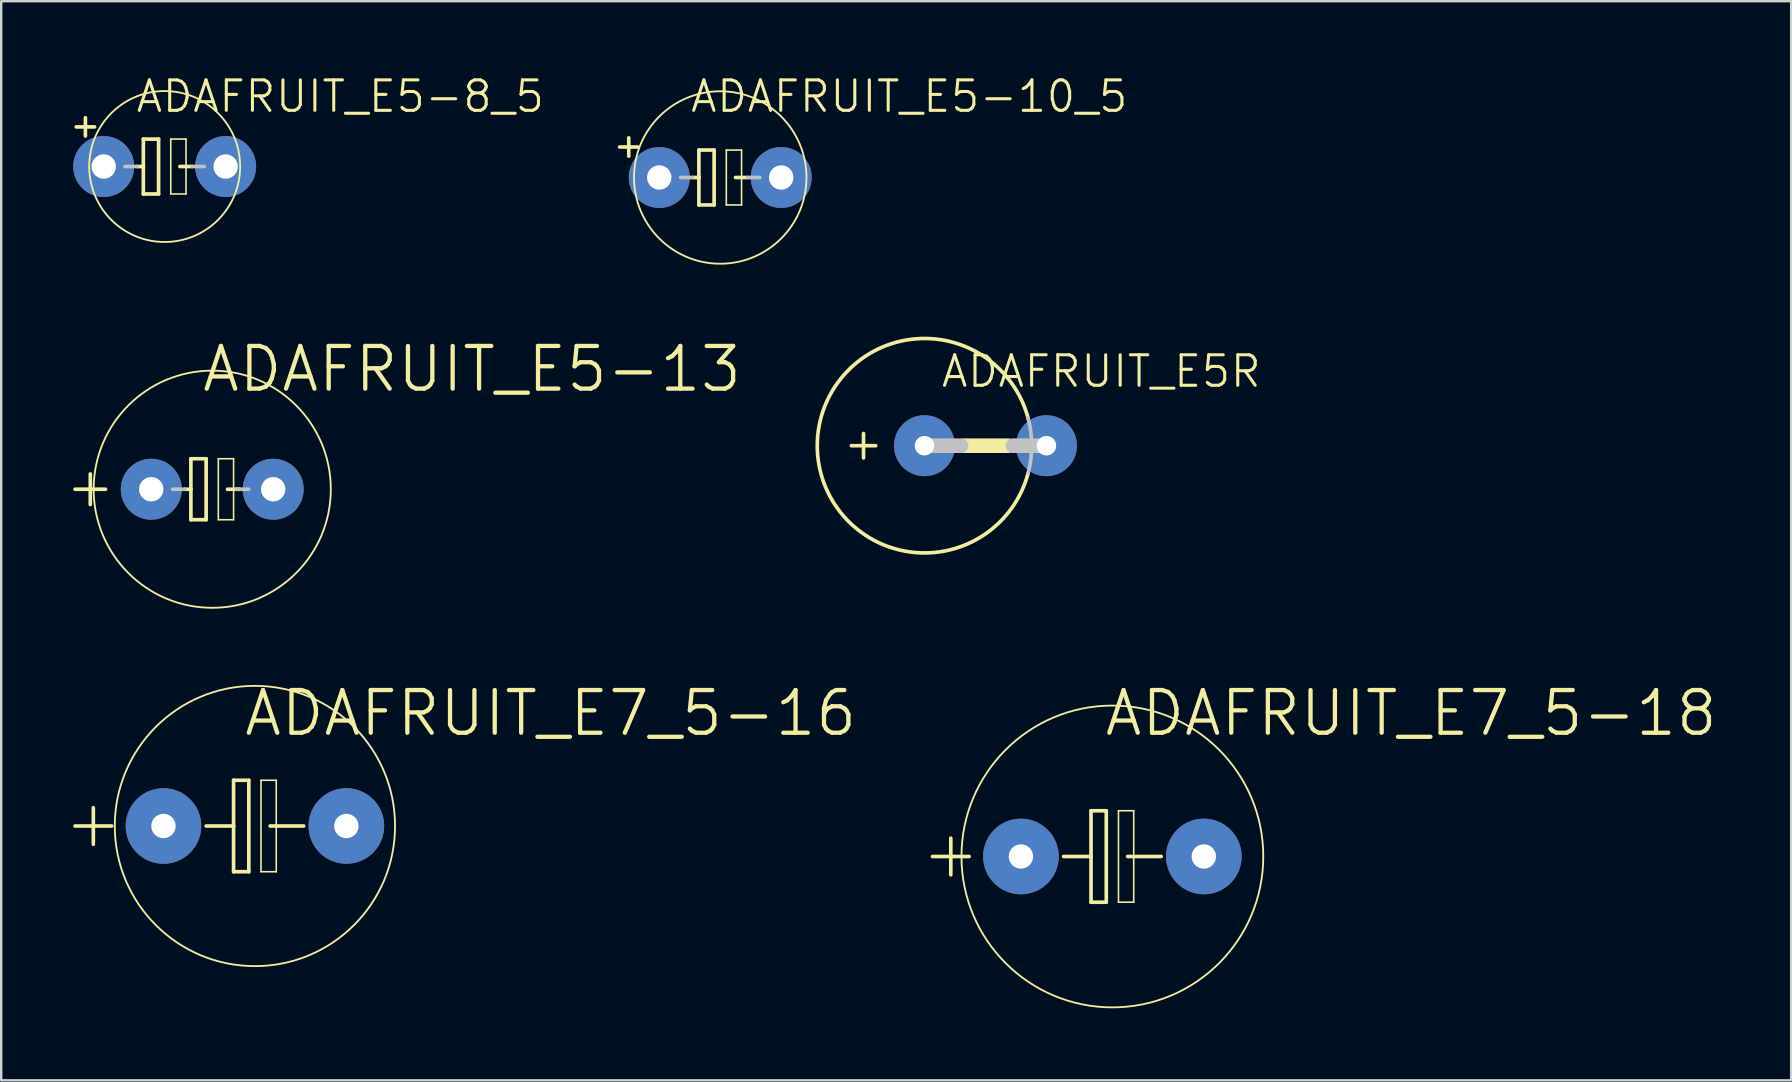
<source format=kicad_pcb>
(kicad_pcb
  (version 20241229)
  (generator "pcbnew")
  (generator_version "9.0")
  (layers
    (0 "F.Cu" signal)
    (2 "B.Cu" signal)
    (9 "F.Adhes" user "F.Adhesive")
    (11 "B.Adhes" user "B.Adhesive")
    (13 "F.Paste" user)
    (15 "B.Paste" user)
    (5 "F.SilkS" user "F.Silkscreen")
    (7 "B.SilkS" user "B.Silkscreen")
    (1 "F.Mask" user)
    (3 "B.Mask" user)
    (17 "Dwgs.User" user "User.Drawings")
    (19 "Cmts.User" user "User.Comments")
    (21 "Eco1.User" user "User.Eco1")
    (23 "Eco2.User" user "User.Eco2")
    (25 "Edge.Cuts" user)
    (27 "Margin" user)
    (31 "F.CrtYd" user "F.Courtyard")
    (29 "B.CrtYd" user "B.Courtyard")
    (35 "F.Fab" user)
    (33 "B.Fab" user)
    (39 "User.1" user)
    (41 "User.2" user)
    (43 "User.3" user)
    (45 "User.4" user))
  (footprint "ADAFRUIT_E5-10_5"
    (layer "F.Cu")
    (at 26.953 4.344)
    (property "Reference" "ADAFRUIT_E5-10_5" (at 7.874 -3.378 0) (layer "F.SilkS") (effects (font (size 1.27 1.27) (thickness 0.127))))
    (attr exclude_from_pos_files exclude_from_bom)
    (fp_line (start -3.81 -1.651) (end -3.81 -0.889) (stroke (width 0.152) (type solid)) (layer "F.SilkS"))
    (fp_line (start -3.429 -1.27) (end -4.191 -1.27) (stroke (width 0.152) (type solid)) (layer "F.SilkS"))
    (fp_line (start -1.143 0) (end -0.889 0) (stroke (width 0.152) (type solid)) (layer "F.SilkS"))
    (fp_line (start -0.889 -1.143) (end -0.889 0) (stroke (width 0.152) (type solid)) (layer "F.SilkS"))
    (fp_line (start -0.889 0) (end -0.889 1.143) (stroke (width 0.152) (type solid)) (layer "F.SilkS"))
    (fp_line (start -0.889 1.143) (end -0.254 1.143) (stroke (width 0.152) (type solid)) (layer "F.SilkS"))
    (fp_line (start -0.254 -1.143) (end -0.889 -1.143) (stroke (width 0.152) (type solid)) (layer "F.SilkS"))
    (fp_line (start -0.254 1.143) (end -0.254 -1.143) (stroke (width 0.152) (type solid)) (layer "F.SilkS"))
    (fp_line (start 0.254 -1.143) (end 0.889 -1.143) (stroke (width 0.066) (type solid)) (layer "F.SilkS"))
    (fp_line (start 0.254 1.143) (end 0.254 -1.143) (stroke (width 0.066) (type solid)) (layer "F.SilkS"))
    (fp_line (start 0.254 1.143) (end 0.889 1.143) (stroke (width 0.066) (type solid)) (layer "F.SilkS"))
    (fp_line (start 0.635 0) (end 1.143 0) (stroke (width 0.152) (type solid)) (layer "F.SilkS"))
    (fp_line (start 0.889 1.143) (end 0.889 -1.143) (stroke (width 0.066) (type solid)) (layer "F.SilkS"))
    (fp_circle (center 0 0) (end -2.54 2.54) (stroke (width 0.076) (type solid)) (fill no) (layer "F.SilkS"))
    (fp_line (start -1.651 0) (end -1.143 0) (stroke (width 0.152) (type solid)) (layer "Dwgs.User"))
    (fp_line (start 1.143 0) (end 1.651 0) (stroke (width 0.152) (type solid)) (layer "Dwgs.User"))
    (pad "+" thru_hole circle (at -2.54 0) (size 2.54 2.54) (drill 1.016) (layers "*.Cu" "*.Paste" "*.Mask"))
    (pad "-" thru_hole circle (at 2.54 0) (size 2.54 2.54) (drill 1.016) (layers "*.Cu" "*.Paste" "*.Mask")))
  (footprint "ADAFRUIT_E5-8_5"
    (layer "F.Cu")
    (at 3.81 3.887)
    (property "Reference" "ADAFRUIT_E5-8_5" (at 7.315 -2.921 0) (layer "F.SilkS") (effects (font (size 1.27 1.27) (thickness 0.127))))
    (attr exclude_from_pos_files exclude_from_bom)
    (fp_line (start -3.683 -1.651) (end -2.921 -1.651) (stroke (width 0.152) (type solid)) (layer "F.SilkS"))
    (fp_line (start -3.302 -2.032) (end -3.302 -1.27) (stroke (width 0.152) (type solid)) (layer "F.SilkS"))
    (fp_line (start -1.143 0) (end -0.889 0) (stroke (width 0.152) (type solid)) (layer "F.SilkS"))
    (fp_line (start -0.889 -1.143) (end -0.889 0) (stroke (width 0.152) (type solid)) (layer "F.SilkS"))
    (fp_line (start -0.889 0) (end -0.889 1.143) (stroke (width 0.152) (type solid)) (layer "F.SilkS"))
    (fp_line (start -0.889 1.143) (end -0.254 1.143) (stroke (width 0.152) (type solid)) (layer "F.SilkS"))
    (fp_line (start -0.254 -1.143) (end -0.889 -1.143) (stroke (width 0.152) (type solid)) (layer "F.SilkS"))
    (fp_line (start -0.254 1.143) (end -0.254 -1.143) (stroke (width 0.152) (type solid)) (layer "F.SilkS"))
    (fp_line (start 0.254 -1.143) (end 0.889 -1.143) (stroke (width 0.066) (type solid)) (layer "F.SilkS"))
    (fp_line (start 0.254 1.143) (end 0.254 -1.143) (stroke (width 0.066) (type solid)) (layer "F.SilkS"))
    (fp_line (start 0.254 1.143) (end 0.889 1.143) (stroke (width 0.066) (type solid)) (layer "F.SilkS"))
    (fp_line (start 0.635 0) (end 1.143 0) (stroke (width 0.152) (type solid)) (layer "F.SilkS"))
    (fp_line (start 0.889 1.143) (end 0.889 -1.143) (stroke (width 0.066) (type solid)) (layer "F.SilkS"))
    (fp_circle (center 0 0) (end -2.223 2.223) (stroke (width 0.076) (type solid)) (fill no) (layer "F.SilkS"))
    (fp_line (start -1.651 0) (end -1.143 0) (stroke (width 0.152) (type solid)) (layer "Dwgs.User"))
    (fp_line (start 1.143 0) (end 1.651 0) (stroke (width 0.152) (type solid)) (layer "Dwgs.User"))
    (pad "+" thru_hole circle (at -2.54 0) (size 2.54 2.54) (drill 1.016) (layers "*.Cu" "*.Paste" "*.Mask"))
    (pad "-" thru_hole circle (at 2.54 0) (size 2.54 2.54) (drill 1.016) (layers "*.Cu" "*.Paste" "*.Mask")))
  (footprint "ADAFRUIT_E5-13"
    (layer "F.Cu")
    (at 5.791 17.33)
    (property "Reference" "ADAFRUIT_E5-13" (at 10.82 -5.004 0) (layer "F.SilkS") (effects (font (size 1.778 1.778) (thickness 0.178))))
    (attr exclude_from_pos_files exclude_from_bom)
    (fp_line (start -5.715 0) (end -4.445 0) (stroke (width 0.152) (type solid)) (layer "F.SilkS"))
    (fp_line (start -5.08 0.635) (end -5.08 -0.635) (stroke (width 0.152) (type solid)) (layer "F.SilkS"))
    (fp_line (start -1.143 0) (end -0.889 0) (stroke (width 0.152) (type solid)) (layer "F.SilkS"))
    (fp_line (start -0.889 -1.27) (end -0.889 0) (stroke (width 0.152) (type solid)) (layer "F.SilkS"))
    (fp_line (start -0.889 0) (end -0.889 1.27) (stroke (width 0.152) (type solid)) (layer "F.SilkS"))
    (fp_line (start -0.889 1.27) (end -0.254 1.27) (stroke (width 0.152) (type solid)) (layer "F.SilkS"))
    (fp_line (start -0.254 -1.27) (end -0.889 -1.27) (stroke (width 0.152) (type solid)) (layer "F.SilkS"))
    (fp_line (start -0.254 1.27) (end -0.254 -1.27) (stroke (width 0.152) (type solid)) (layer "F.SilkS"))
    (fp_line (start 0.254 -1.27) (end 0.889 -1.27) (stroke (width 0.066) (type solid)) (layer "F.SilkS"))
    (fp_line (start 0.254 1.27) (end 0.254 -1.27) (stroke (width 0.066) (type solid)) (layer "F.SilkS"))
    (fp_line (start 0.254 1.27) (end 0.889 1.27) (stroke (width 0.066) (type solid)) (layer "F.SilkS"))
    (fp_line (start 0.635 0) (end 1.143 0) (stroke (width 0.152) (type solid)) (layer "F.SilkS"))
    (fp_line (start 0.889 1.27) (end 0.889 -1.27) (stroke (width 0.066) (type solid)) (layer "F.SilkS"))
    (fp_circle (center 0 0) (end -3.493 3.493) (stroke (width 0.076) (type solid)) (fill no) (layer "F.SilkS"))
    (fp_line (start -1.651 0) (end -1.143 0) (stroke (width 0.152) (type solid)) (layer "Dwgs.User"))
    (fp_line (start 1.016 0) (end 1.524 0) (stroke (width 0.152) (type solid)) (layer "Dwgs.User"))
    (pad "+" thru_hole circle (at -2.54 0) (size 2.54 2.54) (drill 1.016) (layers "*.Cu" "*.Paste" "*.Mask"))
    (pad "-" thru_hole circle (at 2.54 0) (size 2.54 2.54) (drill 1.016) (layers "*.Cu" "*.Paste" "*.Mask")))
  (footprint "ADAFRUIT_E7_5-16"
    (layer "F.Cu")
    (at 7.569 31.359)
    (property "Reference" "ADAFRUIT_E7_5-16" (at 12.319 -4.699 0) (layer "F.SilkS") (effects (font (size 1.778 1.778) (thickness 0.178))))
    (attr exclude_from_pos_files exclude_from_bom)
    (fp_line (start -7.493 0) (end -5.969 0) (stroke (width 0.152) (type solid)) (layer "F.SilkS"))
    (fp_line (start -6.731 0.762) (end -6.731 -0.762) (stroke (width 0.152) (type solid)) (layer "F.SilkS"))
    (fp_line (start -0.889 -1.905) (end -0.889 0) (stroke (width 0.152) (type solid)) (layer "F.SilkS"))
    (fp_line (start -0.889 0) (end -2.032 0) (stroke (width 0.152) (type solid)) (layer "F.SilkS"))
    (fp_line (start -0.889 0) (end -0.889 1.905) (stroke (width 0.152) (type solid)) (layer "F.SilkS"))
    (fp_line (start -0.889 1.905) (end -0.254 1.905) (stroke (width 0.152) (type solid)) (layer "F.SilkS"))
    (fp_line (start -0.254 -1.905) (end -0.889 -1.905) (stroke (width 0.152) (type solid)) (layer "F.SilkS"))
    (fp_line (start -0.254 1.905) (end -0.254 -1.905) (stroke (width 0.152) (type solid)) (layer "F.SilkS"))
    (fp_line (start 0.254 -1.905) (end 0.889 -1.905) (stroke (width 0.066) (type solid)) (layer "F.SilkS"))
    (fp_line (start 0.254 1.905) (end 0.254 -1.905) (stroke (width 0.066) (type solid)) (layer "F.SilkS"))
    (fp_line (start 0.254 1.905) (end 0.889 1.905) (stroke (width 0.066) (type solid)) (layer "F.SilkS"))
    (fp_line (start 0.635 0) (end 2.032 0) (stroke (width 0.152) (type solid)) (layer "F.SilkS"))
    (fp_line (start 0.889 1.905) (end 0.889 -1.905) (stroke (width 0.066) (type solid)) (layer "F.SilkS"))
    (fp_circle (center 0 0) (end -4.128 4.128) (stroke (width 0.076) (type solid)) (fill no) (layer "F.SilkS"))
    (pad "+" thru_hole circle (at -3.81 0) (size 3.15 3.15) (drill 1.016) (layers "*.Cu" "*.Paste" "*.Mask"))
    (pad "-" thru_hole circle (at 3.81 0) (size 3.15 3.15) (drill 1.016) (layers "*.Cu" "*.Paste" "*.Mask")))
  (footprint "ADAFRUIT_E7_5-18"
    (layer "F.Cu")
    (at 43.289 32.629)
    (property "Reference" "ADAFRUIT_E7_5-18" (at 12.446 -5.969 0) (layer "F.SilkS") (effects (font (size 1.778 1.778) (thickness 0.178))))
    (attr exclude_from_pos_files exclude_from_bom)
    (fp_line (start -7.493 0) (end -5.969 0) (stroke (width 0.152) (type solid)) (layer "F.SilkS"))
    (fp_line (start -6.731 0.762) (end -6.731 -0.762) (stroke (width 0.152) (type solid)) (layer "F.SilkS"))
    (fp_line (start -0.889 -1.905) (end -0.889 0) (stroke (width 0.152) (type solid)) (layer "F.SilkS"))
    (fp_line (start -0.889 0) (end -2.032 0) (stroke (width 0.152) (type solid)) (layer "F.SilkS"))
    (fp_line (start -0.889 0) (end -0.889 1.905) (stroke (width 0.152) (type solid)) (layer "F.SilkS"))
    (fp_line (start -0.889 1.905) (end -0.254 1.905) (stroke (width 0.152) (type solid)) (layer "F.SilkS"))
    (fp_line (start -0.254 -1.905) (end -0.889 -1.905) (stroke (width 0.152) (type solid)) (layer "F.SilkS"))
    (fp_line (start -0.254 1.905) (end -0.254 -1.905) (stroke (width 0.152) (type solid)) (layer "F.SilkS"))
    (fp_line (start 0.254 -1.905) (end 0.889 -1.905) (stroke (width 0.066) (type solid)) (layer "F.SilkS"))
    (fp_line (start 0.254 1.905) (end 0.254 -1.905) (stroke (width 0.066) (type solid)) (layer "F.SilkS"))
    (fp_line (start 0.254 1.905) (end 0.889 1.905) (stroke (width 0.066) (type solid)) (layer "F.SilkS"))
    (fp_line (start 0.635 0) (end 2.032 0) (stroke (width 0.152) (type solid)) (layer "F.SilkS"))
    (fp_line (start 0.889 1.905) (end 0.889 -1.905) (stroke (width 0.066) (type solid)) (layer "F.SilkS"))
    (fp_circle (center 0 0) (end -4.445 4.445) (stroke (width 0.076) (type solid)) (fill no) (layer "F.SilkS"))
    (pad "+" thru_hole circle (at -3.81 0) (size 3.15 3.15) (drill 1.016) (layers "*.Cu" "*.Paste" "*.Mask"))
    (pad "-" thru_hole circle (at 3.81 0) (size 3.15 3.15) (drill 1.016) (layers "*.Cu" "*.Paste" "*.Mask")))
  (footprint "ADAFRUIT_E5R"
    (layer "F.Cu")
    (at 38.002 15.517)
    (property "Reference" "ADAFRUIT_E5R" (at 4.826 -3.099 0) (layer "F.SilkS") (effects (font (size 1.27 1.27) (thickness 0.127))))
    (attr exclude_from_pos_files exclude_from_bom)
    (fp_line (start -5.588 0) (end -4.572 0) (stroke (width 0.152) (type solid)) (layer "F.SilkS"))
    (fp_line (start -5.08 0.508) (end -5.08 -0.508) (stroke (width 0.152) (type solid)) (layer "F.SilkS"))
    (fp_line (start -0.889 0) (end 0.94 0) (stroke (width 0.61) (type solid)) (layer "F.SilkS"))
    (fp_arc (start 1.778 1.143) (mid -7.006714 -0.005962) (end 1.781036 -1.131468) (stroke (width 0.1524) (type solid)) (layer "F.SilkS"))
    (fp_line (start -2.54 0) (end -1.016 0) (stroke (width 0.61) (type solid)) (layer "Dwgs.User"))
    (fp_line (start 2.54 0) (end 1.143 0) (stroke (width 0.61) (type solid)) (layer "Dwgs.User"))
    (fp_arc (start 1.77292 -1.16078) (mid 1.926377 -0.012757) (end 1.77948 1.136124) (stroke (width 0.1524) (type solid)) (layer "Dwgs.User"))
    (pad "+" thru_hole circle (at -2.54 0) (size 2.54 2.54) (drill 0.813) (layers "*.Cu" "*.Paste" "*.Mask"))
    (pad "-" thru_hole circle (at 2.54 0) (size 2.54 2.54) (drill 0.813) (layers "*.Cu" "*.Paste" "*.Mask")))
  (gr_rect
    (start -3 -3)
    (end 71.566 41.953)
    (stroke (width 0.1) (type default))
    (fill no)
    (layer "Edge.Cuts")))
</source>
